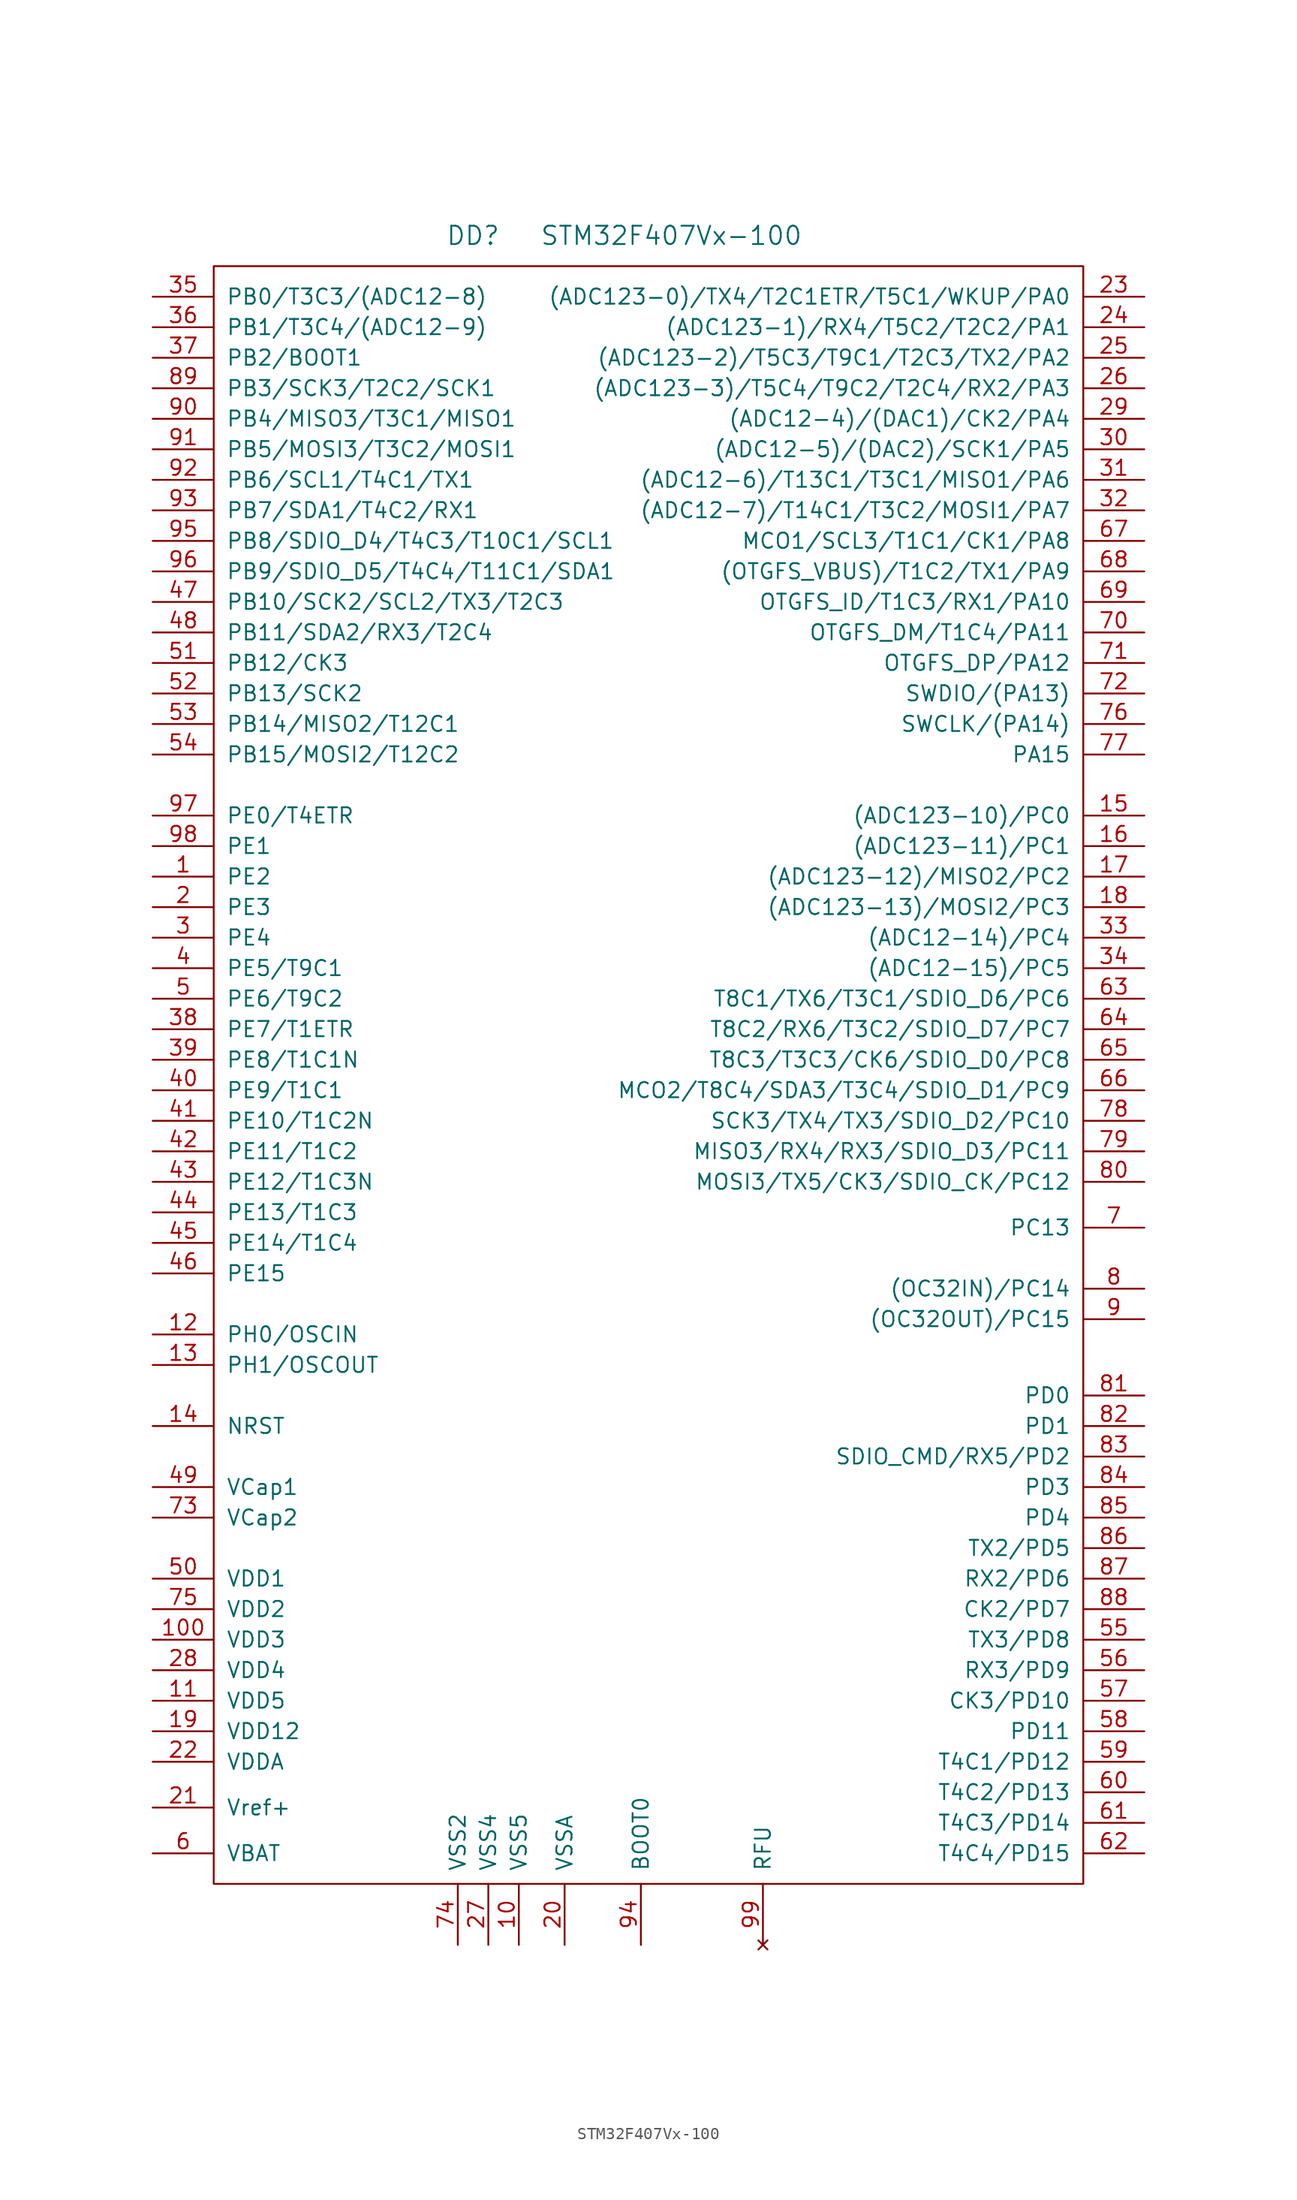
<source format=kicad_sym>
(kicad_symbol_lib
  (version 20201005)
  (generator kicad_symbol_editor)
  (symbol "st_kl:STM32F407Vx-100"
    (pin_names
      (offset 1.016))
    (property "Reference" "DD"
      (at -15.24 66.04 0)
      (effects (font (size 1.524 1.524))))
    (property "Value" "STM32F407Vx-100"
      (at 1.27 66.04 0)
      (effects (font (size 1.524 1.524))))
    (property "Footprint" ""
      (at 0 0 0)
      (effects (font (size 1.524 1.524))))
    (property "Datasheet" ""
      (at 0 0 0)
      (effects (font (size 1.524 1.524))))
    (symbol "STM32F407Vx-100_0_1"
      (rectangle (start -36.83 63.5) (end 35.56 -71.12) (stroke (width 0)) (fill (type none))))
    (symbol "STM32F407Vx-100_1_1"
      (pin passive line (at -41.91 12.7 0) (length 5.08) (name "PE2" (effects (font (size 1.27 1.27)))) (number "1" (effects (font (size 1.27 1.27)))))
      (pin power_in line (at -11.43 -76.2 90) (length 5.08) (name "VSS5" (effects (font (size 1.27 1.27)))) (number "10" (effects (font (size 1.27 1.27)))))
      (pin power_in line (at -41.91 -50.8 0) (length 5.08) (name "VDD3" (effects (font (size 1.27 1.27)))) (number "100" (effects (font (size 1.27 1.27)))))
      (pin power_in line (at -41.91 -55.88 0) (length 5.08) (name "VDD5" (effects (font (size 1.27 1.27)))) (number "11" (effects (font (size 1.27 1.27)))))
      (pin passive line (at -41.91 -25.4 0) (length 5.08) (name "PH0/OSCIN" (effects (font (size 1.27 1.27)))) (number "12" (effects (font (size 1.27 1.27)))))
      (pin passive line (at -41.91 -27.94 0) (length 5.08) (name "PH1/OSCOUT" (effects (font (size 1.27 1.27)))) (number "13" (effects (font (size 1.27 1.27)))))
      (pin passive line (at -41.91 -33.02 0) (length 5.08) (name "NRST" (effects (font (size 1.27 1.27)))) (number "14" (effects (font (size 1.27 1.27)))))
      (pin passive line (at 40.64 17.78 180) (length 5.08) (name "(ADC123-10)/PC0" (effects (font (size 1.27 1.27)))) (number "15" (effects (font (size 1.27 1.27)))))
      (pin passive line (at 40.64 15.24 180) (length 5.08) (name "(ADC123-11)/PC1" (effects (font (size 1.27 1.27)))) (number "16" (effects (font (size 1.27 1.27)))))
      (pin passive line (at 40.64 12.7 180) (length 5.08) (name "(ADC123-12)/MISO2/PC2" (effects (font (size 1.27 1.27)))) (number "17" (effects (font (size 1.27 1.27)))))
      (pin passive line (at 40.64 10.16 180) (length 5.08) (name "(ADC123-13)/MOSI2/PC3" (effects (font (size 1.27 1.27)))) (number "18" (effects (font (size 1.27 1.27)))))
      (pin power_in line (at -41.91 -58.42 0) (length 5.08) (name "VDD12" (effects (font (size 1.27 1.27)))) (number "19" (effects (font (size 1.27 1.27)))))
      (pin passive line (at -41.91 10.16 0) (length 5.08) (name "PE3" (effects (font (size 1.27 1.27)))) (number "2" (effects (font (size 1.27 1.27)))))
      (pin power_in line (at -7.62 -76.2 90) (length 5.08) (name "VSSA" (effects (font (size 1.27 1.27)))) (number "20" (effects (font (size 1.27 1.27)))))
      (pin passive line (at -41.91 -64.77 0) (length 5.08) (name "Vref+" (effects (font (size 1.27 1.27)))) (number "21" (effects (font (size 1.27 1.27)))))
      (pin power_in line (at -41.91 -60.96 0) (length 5.08) (name "VDDA" (effects (font (size 1.27 1.27)))) (number "22" (effects (font (size 1.27 1.27)))))
      (pin passive line (at 40.64 60.96 180) (length 5.08) (name "(ADC123-0)/TX4/T2C1ETR/T5C1/WKUP/PA0" (effects (font (size 1.27 1.27)))) (number "23" (effects (font (size 1.27 1.27)))))
      (pin passive line (at 40.64 58.42 180) (length 5.08) (name "(ADC123-1)/RX4/T5C2/T2C2/PA1" (effects (font (size 1.27 1.27)))) (number "24" (effects (font (size 1.27 1.27)))))
      (pin passive line (at 40.64 55.88 180) (length 5.08) (name "(ADC123-2)/T5C3/T9C1/T2C3/TX2/PA2" (effects (font (size 1.27 1.27)))) (number "25" (effects (font (size 1.27 1.27)))))
      (pin passive line (at 40.64 53.34 180) (length 5.08) (name "(ADC123-3)/T5C4/T9C2/T2C4/RX2/PA3" (effects (font (size 1.27 1.27)))) (number "26" (effects (font (size 1.27 1.27)))))
      (pin power_in line (at -13.97 -76.2 90) (length 5.08) (name "VSS4" (effects (font (size 1.27 1.27)))) (number "27" (effects (font (size 1.27 1.27)))))
      (pin power_in line (at -41.91 -53.34 0) (length 5.08) (name "VDD4" (effects (font (size 1.27 1.27)))) (number "28" (effects (font (size 1.27 1.27)))))
      (pin passive line (at 40.64 50.8 180) (length 5.08) (name "(ADC12-4)/(DAC1)/CK2/PA4" (effects (font (size 1.27 1.27)))) (number "29" (effects (font (size 1.27 1.27)))))
      (pin passive line (at -41.91 7.62 0) (length 5.08) (name "PE4" (effects (font (size 1.27 1.27)))) (number "3" (effects (font (size 1.27 1.27)))))
      (pin passive line (at 40.64 48.26 180) (length 5.08) (name "(ADC12-5)/(DAC2)/SCK1/PA5" (effects (font (size 1.27 1.27)))) (number "30" (effects (font (size 1.27 1.27)))))
      (pin passive line (at 40.64 45.72 180) (length 5.08) (name "(ADC12-6)/T13C1/T3C1/MISO1/PA6" (effects (font (size 1.27 1.27)))) (number "31" (effects (font (size 1.27 1.27)))))
      (pin passive line (at 40.64 43.18 180) (length 5.08) (name "(ADC12-7)/T14C1/T3C2/MOSI1/PA7" (effects (font (size 1.27 1.27)))) (number "32" (effects (font (size 1.27 1.27)))))
      (pin passive line (at 40.64 7.62 180) (length 5.08) (name "(ADC12-14)/PC4" (effects (font (size 1.27 1.27)))) (number "33" (effects (font (size 1.27 1.27)))))
      (pin passive line (at 40.64 5.08 180) (length 5.08) (name "(ADC12-15)/PC5" (effects (font (size 1.27 1.27)))) (number "34" (effects (font (size 1.27 1.27)))))
      (pin passive line (at -41.91 60.96 0) (length 5.08) (name "PB0/T3C3/(ADC12-8)" (effects (font (size 1.27 1.27)))) (number "35" (effects (font (size 1.27 1.27)))))
      (pin passive line (at -41.91 58.42 0) (length 5.08) (name "PB1/T3C4/(ADC12-9)" (effects (font (size 1.27 1.27)))) (number "36" (effects (font (size 1.27 1.27)))))
      (pin passive line (at -41.91 55.88 0) (length 5.08) (name "PB2/BOOT1" (effects (font (size 1.27 1.27)))) (number "37" (effects (font (size 1.27 1.27)))))
      (pin passive line (at -41.91 0 0) (length 5.08) (name "PE7/T1ETR" (effects (font (size 1.27 1.27)))) (number "38" (effects (font (size 1.27 1.27)))))
      (pin passive line (at -41.91 -2.54 0) (length 5.08) (name "PE8/T1C1N" (effects (font (size 1.27 1.27)))) (number "39" (effects (font (size 1.27 1.27)))))
      (pin passive line (at -41.91 5.08 0) (length 5.08) (name "PE5/T9C1" (effects (font (size 1.27 1.27)))) (number "4" (effects (font (size 1.27 1.27)))))
      (pin passive line (at -41.91 -5.08 0) (length 5.08) (name "PE9/T1C1" (effects (font (size 1.27 1.27)))) (number "40" (effects (font (size 1.27 1.27)))))
      (pin passive line (at -41.91 -7.62 0) (length 5.08) (name "PE10/T1C2N" (effects (font (size 1.27 1.27)))) (number "41" (effects (font (size 1.27 1.27)))))
      (pin passive line (at -41.91 -10.16 0) (length 5.08) (name "PE11/T1C2" (effects (font (size 1.27 1.27)))) (number "42" (effects (font (size 1.27 1.27)))))
      (pin passive line (at -41.91 -12.7 0) (length 5.08) (name "PE12/T1C3N" (effects (font (size 1.27 1.27)))) (number "43" (effects (font (size 1.27 1.27)))))
      (pin passive line (at -41.91 -15.24 0) (length 5.08) (name "PE13/T1C3" (effects (font (size 1.27 1.27)))) (number "44" (effects (font (size 1.27 1.27)))))
      (pin passive line (at -41.91 -17.78 0) (length 5.08) (name "PE14/T1C4" (effects (font (size 1.27 1.27)))) (number "45" (effects (font (size 1.27 1.27)))))
      (pin passive line (at -41.91 -20.32 0) (length 5.08) (name "PE15" (effects (font (size 1.27 1.27)))) (number "46" (effects (font (size 1.27 1.27)))))
      (pin passive line (at -41.91 35.56 0) (length 5.08) (name "PB10/SCK2/SCL2/TX3/T2C3" (effects (font (size 1.27 1.27)))) (number "47" (effects (font (size 1.27 1.27)))))
      (pin passive line (at -41.91 33.02 0) (length 5.08) (name "PB11/SDA2/RX3/T2C4" (effects (font (size 1.27 1.27)))) (number "48" (effects (font (size 1.27 1.27)))))
      (pin passive line (at -41.91 -38.1 0) (length 5.08) (name "VCap1" (effects (font (size 1.27 1.27)))) (number "49" (effects (font (size 1.27 1.27)))))
      (pin passive line (at -41.91 2.54 0) (length 5.08) (name "PE6/T9C2" (effects (font (size 1.27 1.27)))) (number "5" (effects (font (size 1.27 1.27)))))
      (pin power_in line (at -41.91 -45.72 0) (length 5.08) (name "VDD1" (effects (font (size 1.27 1.27)))) (number "50" (effects (font (size 1.27 1.27)))))
      (pin passive line (at -41.91 30.48 0) (length 5.08) (name "PB12/CK3" (effects (font (size 1.27 1.27)))) (number "51" (effects (font (size 1.27 1.27)))))
      (pin passive line (at -41.91 27.94 0) (length 5.08) (name "PB13/SCK2" (effects (font (size 1.27 1.27)))) (number "52" (effects (font (size 1.27 1.27)))))
      (pin passive line (at -41.91 25.4 0) (length 5.08) (name "PB14/MISO2/T12C1" (effects (font (size 1.27 1.27)))) (number "53" (effects (font (size 1.27 1.27)))))
      (pin passive line (at -41.91 22.86 0) (length 5.08) (name "PB15/MOSI2/T12C2" (effects (font (size 1.27 1.27)))) (number "54" (effects (font (size 1.27 1.27)))))
      (pin passive line (at 40.64 -50.8 180) (length 5.08) (name "TX3/PD8" (effects (font (size 1.27 1.27)))) (number "55" (effects (font (size 1.27 1.27)))))
      (pin passive line (at 40.64 -53.34 180) (length 5.08) (name "RX3/PD9" (effects (font (size 1.27 1.27)))) (number "56" (effects (font (size 1.27 1.27)))))
      (pin passive line (at 40.64 -55.88 180) (length 5.08) (name "CK3/PD10" (effects (font (size 1.27 1.27)))) (number "57" (effects (font (size 1.27 1.27)))))
      (pin passive line (at 40.64 -58.42 180) (length 5.08) (name "PD11" (effects (font (size 1.27 1.27)))) (number "58" (effects (font (size 1.27 1.27)))))
      (pin passive line (at 40.64 -60.96 180) (length 5.08) (name "T4C1/PD12" (effects (font (size 1.27 1.27)))) (number "59" (effects (font (size 1.27 1.27)))))
      (pin power_in line (at -41.91 -68.58 0) (length 5.08) (name "VBAT" (effects (font (size 1.27 1.27)))) (number "6" (effects (font (size 1.27 1.27)))))
      (pin passive line (at 40.64 -63.5 180) (length 5.08) (name "T4C2/PD13" (effects (font (size 1.27 1.27)))) (number "60" (effects (font (size 1.27 1.27)))))
      (pin passive line (at 40.64 -66.04 180) (length 5.08) (name "T4C3/PD14" (effects (font (size 1.27 1.27)))) (number "61" (effects (font (size 1.27 1.27)))))
      (pin passive line (at 40.64 -68.58 180) (length 5.08) (name "T4C4/PD15" (effects (font (size 1.27 1.27)))) (number "62" (effects (font (size 1.27 1.27)))))
      (pin passive line (at 40.64 2.54 180) (length 5.08) (name "T8C1/TX6/T3C1/SDIO_D6/PC6" (effects (font (size 1.27 1.27)))) (number "63" (effects (font (size 1.27 1.27)))))
      (pin passive line (at 40.64 0 180) (length 5.08) (name "T8C2/RX6/T3C2/SDIO_D7/PC7" (effects (font (size 1.27 1.27)))) (number "64" (effects (font (size 1.27 1.27)))))
      (pin passive line (at 40.64 -2.54 180) (length 5.08) (name "T8C3/T3C3/CK6/SDIO_D0/PC8" (effects (font (size 1.27 1.27)))) (number "65" (effects (font (size 1.27 1.27)))))
      (pin passive line (at 40.64 -5.08 180) (length 5.08) (name "MCO2/T8C4/SDA3/T3C4/SDIO_D1/PC9" (effects (font (size 1.27 1.27)))) (number "66" (effects (font (size 1.27 1.27)))))
      (pin passive line (at 40.64 40.64 180) (length 5.08) (name "MCO1/SCL3/T1C1/CK1/PA8" (effects (font (size 1.27 1.27)))) (number "67" (effects (font (size 1.27 1.27)))))
      (pin passive line (at 40.64 38.1 180) (length 5.08) (name "(OTGFS_VBUS)/T1C2/TX1/PA9" (effects (font (size 1.27 1.27)))) (number "68" (effects (font (size 1.27 1.27)))))
      (pin passive line (at 40.64 35.56 180) (length 5.08) (name "OTGFS_ID/T1C3/RX1/PA10" (effects (font (size 1.27 1.27)))) (number "69" (effects (font (size 1.27 1.27)))))
      (pin passive line (at 40.64 -16.51 180) (length 5.08) (name "PC13" (effects (font (size 1.27 1.27)))) (number "7" (effects (font (size 1.27 1.27)))))
      (pin passive line (at 40.64 33.02 180) (length 5.08) (name "OTGFS_DM/T1C4/PA11" (effects (font (size 1.27 1.27)))) (number "70" (effects (font (size 1.27 1.27)))))
      (pin passive line (at 40.64 30.48 180) (length 5.08) (name "OTGFS_DP/PA12" (effects (font (size 1.27 1.27)))) (number "71" (effects (font (size 1.27 1.27)))))
      (pin passive line (at 40.64 27.94 180) (length 5.08) (name "SWDIO/(PA13)" (effects (font (size 1.27 1.27)))) (number "72" (effects (font (size 1.27 1.27)))))
      (pin passive line (at -41.91 -40.64 0) (length 5.08) (name "VCap2" (effects (font (size 1.27 1.27)))) (number "73" (effects (font (size 1.27 1.27)))))
      (pin power_in line (at -16.51 -76.2 90) (length 5.08) (name "VSS2" (effects (font (size 1.27 1.27)))) (number "74" (effects (font (size 1.27 1.27)))))
      (pin power_in line (at -41.91 -48.26 0) (length 5.08) (name "VDD2" (effects (font (size 1.27 1.27)))) (number "75" (effects (font (size 1.27 1.27)))))
      (pin passive line (at 40.64 25.4 180) (length 5.08) (name "SWCLK/(PA14)" (effects (font (size 1.27 1.27)))) (number "76" (effects (font (size 1.27 1.27)))))
      (pin passive line (at 40.64 22.86 180) (length 5.08) (name "PA15" (effects (font (size 1.27 1.27)))) (number "77" (effects (font (size 1.27 1.27)))))
      (pin passive line (at 40.64 -7.62 180) (length 5.08) (name "SCK3/TX4/TX3/SDIO_D2/PC10" (effects (font (size 1.27 1.27)))) (number "78" (effects (font (size 1.27 1.27)))))
      (pin passive line (at 40.64 -10.16 180) (length 5.08) (name "MISO3/RX4/RX3/SDIO_D3/PC11" (effects (font (size 1.27 1.27)))) (number "79" (effects (font (size 1.27 1.27)))))
      (pin passive line (at 40.64 -21.59 180) (length 5.08) (name "(OC32IN)/PC14" (effects (font (size 1.27 1.27)))) (number "8" (effects (font (size 1.27 1.27)))))
      (pin passive line (at 40.64 -12.7 180) (length 5.08) (name "MOSI3/TX5/CK3/SDIO_CK/PC12" (effects (font (size 1.27 1.27)))) (number "80" (effects (font (size 1.27 1.27)))))
      (pin passive line (at 40.64 -30.48 180) (length 5.08) (name "PD0" (effects (font (size 1.27 1.27)))) (number "81" (effects (font (size 1.27 1.27)))))
      (pin passive line (at 40.64 -33.02 180) (length 5.08) (name "PD1" (effects (font (size 1.27 1.27)))) (number "82" (effects (font (size 1.27 1.27)))))
      (pin passive line (at 40.64 -35.56 180) (length 5.08) (name "SDIO_CMD/RX5/PD2" (effects (font (size 1.27 1.27)))) (number "83" (effects (font (size 1.27 1.27)))))
      (pin passive line (at 40.64 -38.1 180) (length 5.08) (name "PD3" (effects (font (size 1.27 1.27)))) (number "84" (effects (font (size 1.27 1.27)))))
      (pin passive line (at 40.64 -40.64 180) (length 5.08) (name "PD4" (effects (font (size 1.27 1.27)))) (number "85" (effects (font (size 1.27 1.27)))))
      (pin passive line (at 40.64 -43.18 180) (length 5.08) (name "TX2/PD5" (effects (font (size 1.27 1.27)))) (number "86" (effects (font (size 1.27 1.27)))))
      (pin passive line (at 40.64 -45.72 180) (length 5.08) (name "RX2/PD6" (effects (font (size 1.27 1.27)))) (number "87" (effects (font (size 1.27 1.27)))))
      (pin passive line (at 40.64 -48.26 180) (length 5.08) (name "CK2/PD7" (effects (font (size 1.27 1.27)))) (number "88" (effects (font (size 1.27 1.27)))))
      (pin passive line (at -41.91 53.34 0) (length 5.08) (name "PB3/SCK3/T2C2/SCK1" (effects (font (size 1.27 1.27)))) (number "89" (effects (font (size 1.27 1.27)))))
      (pin passive line (at 40.64 -24.13 180) (length 5.08) (name "(OC32OUT)/PC15" (effects (font (size 1.27 1.27)))) (number "9" (effects (font (size 1.27 1.27)))))
      (pin passive line (at -41.91 50.8 0) (length 5.08) (name "PB4/MISO3/T3C1/MISO1" (effects (font (size 1.27 1.27)))) (number "90" (effects (font (size 1.27 1.27)))))
      (pin passive line (at -41.91 48.26 0) (length 5.08) (name "PB5/MOSI3/T3C2/MOSI1" (effects (font (size 1.27 1.27)))) (number "91" (effects (font (size 1.27 1.27)))))
      (pin passive line (at -41.91 45.72 0) (length 5.08) (name "PB6/SCL1/T4C1/TX1" (effects (font (size 1.27 1.27)))) (number "92" (effects (font (size 1.27 1.27)))))
      (pin passive line (at -41.91 43.18 0) (length 5.08) (name "PB7/SDA1/T4C2/RX1" (effects (font (size 1.27 1.27)))) (number "93" (effects (font (size 1.27 1.27)))))
      (pin passive line (at -1.27 -76.2 90) (length 5.08) (name "BOOT0" (effects (font (size 1.27 1.27)))) (number "94" (effects (font (size 1.27 1.27)))))
      (pin passive line (at -41.91 40.64 0) (length 5.08) (name "PB8/SDIO_D4/T4C3/T10C1/SCL1" (effects (font (size 1.27 1.27)))) (number "95" (effects (font (size 1.27 1.27)))))
      (pin passive line (at -41.91 38.1 0) (length 5.08) (name "PB9/SDIO_D5/T4C4/T11C1/SDA1" (effects (font (size 1.27 1.27)))) (number "96" (effects (font (size 1.27 1.27)))))
      (pin passive line (at -41.91 17.78 0) (length 5.08) (name "PE0/T4ETR" (effects (font (size 1.27 1.27)))) (number "97" (effects (font (size 1.27 1.27)))))
      (pin passive line (at -41.91 15.24 0) (length 5.08) (name "PE1" (effects (font (size 1.27 1.27)))) (number "98" (effects (font (size 1.27 1.27)))))
      (pin unconnected line (at 8.89 -76.2 90) (length 5.08) (name "RFU" (effects (font (size 1.27 1.27)))) (number "99" (effects (font (size 1.27 1.27))))))))
</source>
